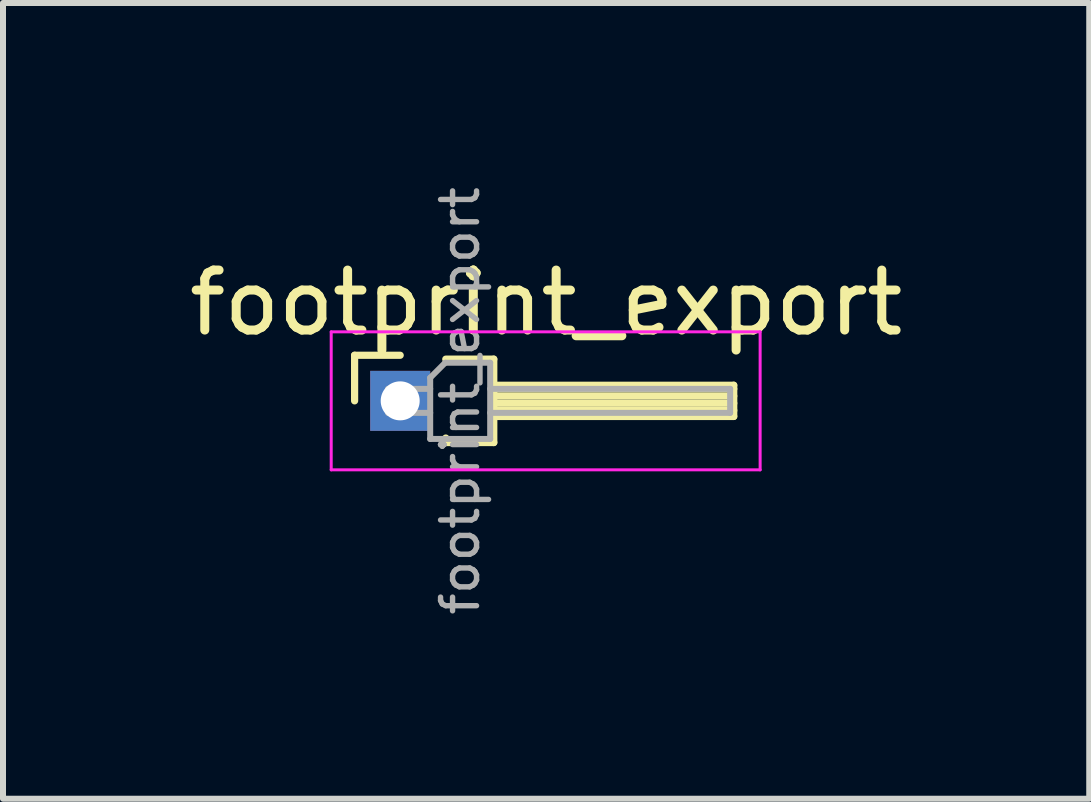
<source format=kicad_pcb>
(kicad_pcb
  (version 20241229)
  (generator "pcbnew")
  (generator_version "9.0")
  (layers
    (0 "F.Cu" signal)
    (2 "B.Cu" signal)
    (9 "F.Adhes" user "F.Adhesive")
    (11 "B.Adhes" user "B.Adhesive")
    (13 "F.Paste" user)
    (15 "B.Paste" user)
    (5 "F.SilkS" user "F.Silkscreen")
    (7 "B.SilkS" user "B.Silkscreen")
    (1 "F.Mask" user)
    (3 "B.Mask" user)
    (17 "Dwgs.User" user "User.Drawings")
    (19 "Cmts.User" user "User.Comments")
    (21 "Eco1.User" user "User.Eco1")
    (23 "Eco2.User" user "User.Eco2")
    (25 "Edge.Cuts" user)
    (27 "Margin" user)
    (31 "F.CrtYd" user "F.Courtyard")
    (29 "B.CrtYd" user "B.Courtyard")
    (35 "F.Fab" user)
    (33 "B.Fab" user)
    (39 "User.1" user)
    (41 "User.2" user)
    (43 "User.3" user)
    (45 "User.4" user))
  (footprint "footprint_export"
    (layer "F.Cu")
    (at 3.621 3.632)
    (property "Reference" "footprint_export" (at 2.433 -1.635 0) (layer "F.SilkS") (effects (font (size 1 1) (thickness 0.15))))
    (attr through_hole)
    (fp_line (start -0.76 -0.76) (end 0 -0.76) (stroke (width 0.12) (type solid)) (layer "F.SilkS"))
    (fp_line (start -0.76 0) (end -0.76 -0.76) (stroke (width 0.12) (type solid)) (layer "F.SilkS"))
    (fp_line (start 0.76 -0.695) (end 1.56 -0.695) (stroke (width 0.12) (type solid)) (layer "F.SilkS"))
    (fp_line (start 0.76 0.695) (end 0.76 0.62) (stroke (width 0.12) (type solid)) (layer "F.SilkS"))
    (fp_line (start 1.56 -0.695) (end 1.56 0.695) (stroke (width 0.12) (type solid)) (layer "F.SilkS"))
    (fp_line (start 1.56 -0.26) (end 5.56 -0.26) (stroke (width 0.12) (type solid)) (layer "F.SilkS"))
    (fp_line (start 1.56 -0.2) (end 5.56 -0.2) (stroke (width 0.12) (type solid)) (layer "F.SilkS"))
    (fp_line (start 1.56 -0.08) (end 5.56 -0.08) (stroke (width 0.12) (type solid)) (layer "F.SilkS"))
    (fp_line (start 1.56 0.04) (end 5.56 0.04) (stroke (width 0.12) (type solid)) (layer "F.SilkS"))
    (fp_line (start 1.56 0.16) (end 5.56 0.16) (stroke (width 0.12) (type solid)) (layer "F.SilkS"))
    (fp_line (start 1.56 0.695) (end 0.76 0.695) (stroke (width 0.12) (type solid)) (layer "F.SilkS"))
    (fp_line (start 5.56 -0.26) (end 5.56 0.26) (stroke (width 0.12) (type solid)) (layer "F.SilkS"))
    (fp_line (start 5.56 0.26) (end 1.56 0.26) (stroke (width 0.12) (type solid)) (layer "F.SilkS"))
    (fp_line (start -1.15 -1.15) (end -1.15 1.15) (stroke (width 0.05) (type solid)) (layer "F.CrtYd"))
    (fp_line (start -1.15 1.15) (end 6 1.15) (stroke (width 0.05) (type solid)) (layer "F.CrtYd"))
    (fp_line (start 6 -1.15) (end -1.15 -1.15) (stroke (width 0.05) (type solid)) (layer "F.CrtYd"))
    (fp_line (start 6 1.15) (end 6 -1.15) (stroke (width 0.05) (type solid)) (layer "F.CrtYd"))
    (fp_line (start -0.2 -0.2) (end -0.2 0.2) (stroke (width 0.1) (type solid)) (layer "F.Fab"))
    (fp_line (start -0.2 -0.2) (end 0.5 -0.2) (stroke (width 0.1) (type solid)) (layer "F.Fab"))
    (fp_line (start -0.2 0.2) (end 0.5 0.2) (stroke (width 0.1) (type solid)) (layer "F.Fab"))
    (fp_line (start 0.5 -0.385) (end 0.75 -0.635) (stroke (width 0.1) (type solid)) (layer "F.Fab"))
    (fp_line (start 0.5 0.635) (end 0.5 -0.385) (stroke (width 0.1) (type solid)) (layer "F.Fab"))
    (fp_line (start 0.75 -0.635) (end 1.5 -0.635) (stroke (width 0.1) (type solid)) (layer "F.Fab"))
    (fp_line (start 1.5 -0.635) (end 1.5 0.635) (stroke (width 0.1) (type solid)) (layer "F.Fab"))
    (fp_line (start 1.5 -0.2) (end 5.5 -0.2) (stroke (width 0.1) (type solid)) (layer "F.Fab"))
    (fp_line (start 1.5 0.2) (end 5.5 0.2) (stroke (width 0.1) (type solid)) (layer "F.Fab"))
    (fp_line (start 1.5 0.635) (end 0.5 0.635) (stroke (width 0.1) (type solid)) (layer "F.Fab"))
    (fp_line (start 5.5 -0.2) (end 5.5 0.2) (stroke (width 0.1) (type solid)) (layer "F.Fab"))
    (fp_text user "${REFERENCE}" (at 1 0 90) (layer "F.Fab") (effects (font (size 0.6 0.6) (thickness 0.09))))
    (pad "1" thru_hole rect (at 0 0) (size 1 1) (drill 0.65) (layers "*.Cu" "*.Mask")))
  (gr_rect
    (start -3 -3)
    (end 15.107 10.264)
    (stroke (width 0.1) (type default))
    (fill no)
    (layer "Edge.Cuts")))
</source>
